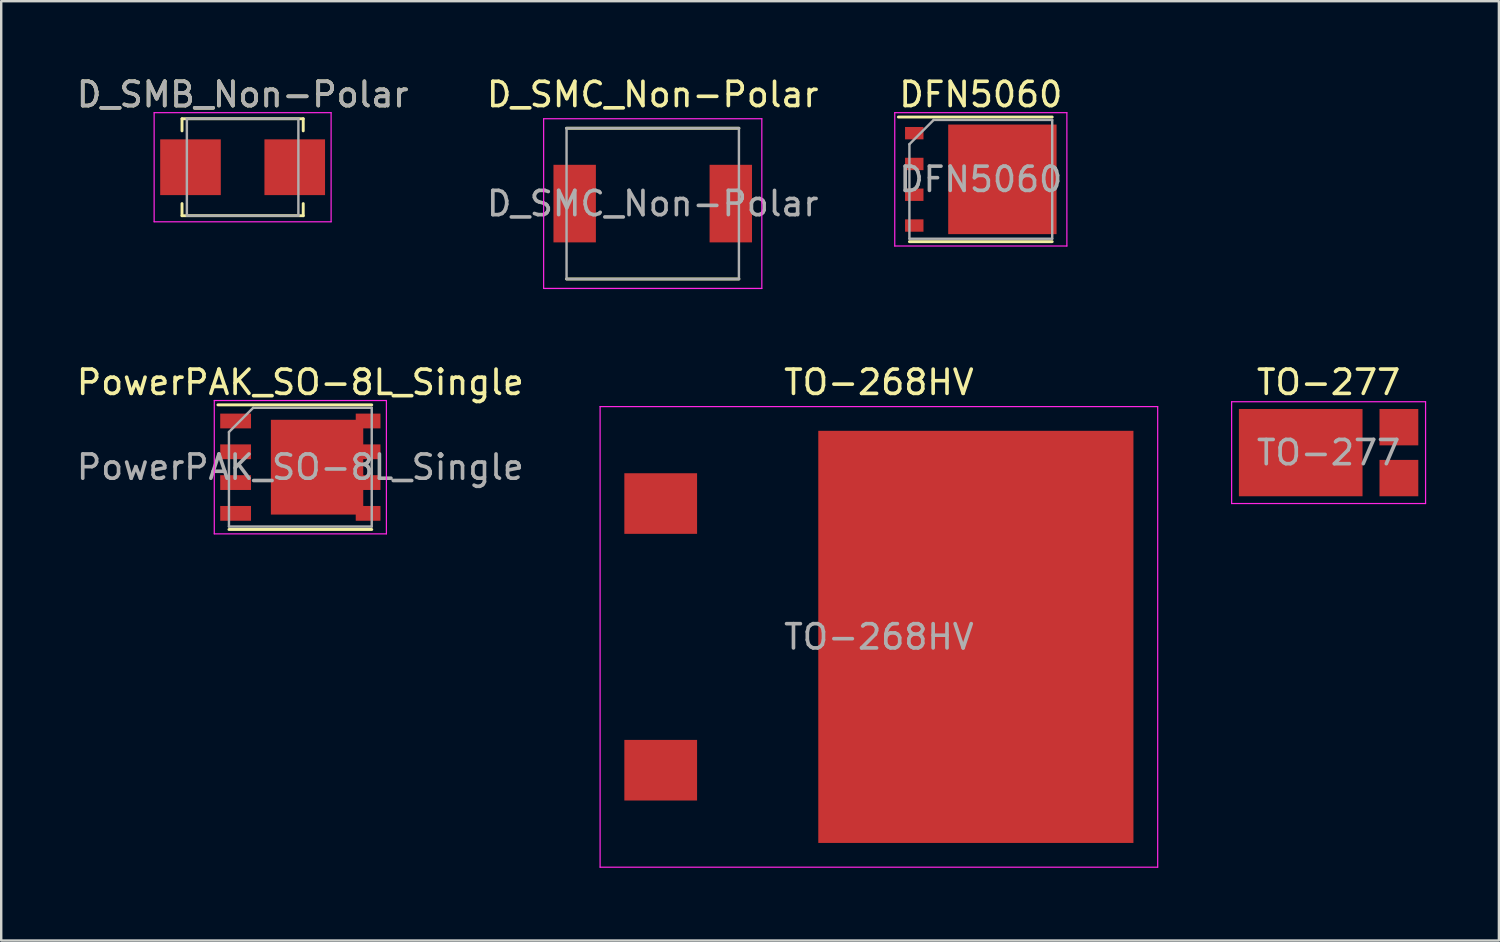
<source format=kicad_pcb>
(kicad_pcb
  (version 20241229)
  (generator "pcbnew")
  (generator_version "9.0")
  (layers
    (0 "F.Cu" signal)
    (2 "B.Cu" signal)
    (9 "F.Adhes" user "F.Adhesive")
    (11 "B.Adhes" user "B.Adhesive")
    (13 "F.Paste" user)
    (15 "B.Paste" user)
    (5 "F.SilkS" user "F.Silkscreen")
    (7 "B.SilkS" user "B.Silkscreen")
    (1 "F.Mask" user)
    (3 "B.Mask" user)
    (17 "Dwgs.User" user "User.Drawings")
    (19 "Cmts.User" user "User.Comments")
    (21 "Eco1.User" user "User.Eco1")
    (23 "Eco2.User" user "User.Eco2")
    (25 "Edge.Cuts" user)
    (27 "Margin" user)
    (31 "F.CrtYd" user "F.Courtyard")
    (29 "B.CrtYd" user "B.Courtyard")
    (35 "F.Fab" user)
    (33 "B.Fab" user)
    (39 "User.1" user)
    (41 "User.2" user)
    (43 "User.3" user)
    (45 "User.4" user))
  (footprint "D_SMC_Non-Polar"
    (layer "F.Cu")
    (at 23.875 5.348)
    (property "Reference" "D_SMC_Non-Polar" (at 0 -4.5 0) (layer "F.SilkS") (effects (font (size 1 1) (thickness 0.15))))
    (attr smd)
    (fp_line (start -3.555 -3.11) (end 3.555 -3.11) (stroke (width 0.12) (type solid)) (layer "F.SilkS"))
    (fp_line (start -3.555 3.11) (end 3.555 3.11) (stroke (width 0.12) (type solid)) (layer "F.SilkS"))
    (fp_line (start -4.5 -3.5) (end 4.5 -3.5) (stroke (width 0.05) (type solid)) (layer "F.CrtYd"))
    (fp_line (start -4.5 3.5) (end -4.5 -3.5) (stroke (width 0.05) (type solid)) (layer "F.CrtYd"))
    (fp_line (start 4.5 -3.5) (end 4.5 3.5) (stroke (width 0.05) (type solid)) (layer "F.CrtYd"))
    (fp_line (start 4.5 3.5) (end -4.5 3.5) (stroke (width 0.05) (type solid)) (layer "F.CrtYd"))
    (fp_line (start -3.555 3.11) (end -3.555 -3.11) (stroke (width 0.1) (type solid)) (layer "F.Fab"))
    (fp_line (start 3.555 -3.11) (end -3.555 -3.11) (stroke (width 0.1) (type solid)) (layer "F.Fab"))
    (fp_line (start 3.555 -3.11) (end 3.555 3.11) (stroke (width 0.1) (type solid)) (layer "F.Fab"))
    (fp_line (start 3.555 3.11) (end -3.555 3.11) (stroke (width 0.1) (type solid)) (layer "F.Fab"))
    (fp_text user "${REFERENCE}" (at 0 0 0) (layer "F.Fab") (effects (font (size 1 1) (thickness 0.15))))
    (pad "1" smd rect (at -3.22 0) (size 1.75 3.2) (layers "F.Cu" "F.Mask" "F.Paste"))
    (pad "2" smd rect (at 3.22 0) (size 1.75 3.2) (layers "F.Cu" "F.Mask" "F.Paste")))
  (footprint "DFN5060"
    (layer "F.Cu")
    (at 37.408 4.348)
    (property "Reference" "DFN5060" (at 0 -3.5 0) (layer "F.SilkS") (effects (font (size 1 1) (thickness 0.15))))
    (attr smd)
    (fp_line (start -3.4 -2.57) (end 2.945 -2.57) (stroke (width 0.12) (type solid)) (layer "F.SilkS"))
    (fp_line (start -2.945 2.57) (end 2.945 2.57) (stroke (width 0.12) (type solid)) (layer "F.SilkS"))
    (fp_line (start -3.55 -2.75) (end -3.55 2.75) (stroke (width 0.05) (type solid)) (layer "F.CrtYd"))
    (fp_line (start -3.55 -2.75) (end 3.55 -2.75) (stroke (width 0.05) (type solid)) (layer "F.CrtYd"))
    (fp_line (start -3.55 2.75) (end 3.55 2.75) (stroke (width 0.05) (type solid)) (layer "F.CrtYd"))
    (fp_line (start 3.55 -2.75) (end 3.55 2.75) (stroke (width 0.05) (type solid)) (layer "F.CrtYd"))
    (fp_line (start -2.945 2.45) (end -2.945 -1.45) (stroke (width 0.1) (type solid)) (layer "F.Fab"))
    (fp_line (start -1.945 -2.45) (end -2.945 -1.45) (stroke (width 0.1) (type solid)) (layer "F.Fab"))
    (fp_line (start -1.945 -2.45) (end 2.945 -2.45) (stroke (width 0.1) (type solid)) (layer "F.Fab"))
    (fp_line (start 2.945 -2.45) (end 2.945 2.45) (stroke (width 0.1) (type solid)) (layer "F.Fab"))
    (fp_line (start 2.945 2.45) (end -2.945 2.45) (stroke (width 0.1) (type solid)) (layer "F.Fab"))
    (fp_text user "${REFERENCE}" (at 0 0 0) (layer "F.Fab") (effects (font (size 1 1) (thickness 0.15))))
    (pad "1" smd rect (at -2.745 -1.905) (size 0.76 0.51) (layers "F.Cu" "F.Mask" "F.Paste"))
    (pad "2" smd rect (at -2.745 -0.635) (size 0.76 0.51) (layers "F.Cu" "F.Mask" "F.Paste"))
    (pad "3" smd rect (at -2.745 0.635) (size 0.76 0.51) (layers "F.Cu" "F.Mask" "F.Paste"))
    (pad "4" smd rect (at -2.745 1.905) (size 0.76 0.51) (layers "F.Cu" "F.Mask" "F.Paste"))
    (pad "5" smd rect (at 0.89 0) (size 4.47 4.52) (layers "F.Cu" "F.Mask" "F.Paste")))
  (footprint "TO-277"
    (layer "F.Cu")
    (at 51.754 15.621)
    (property "Reference" "TO-277" (at 0 -2.9 180) (layer "F.SilkS") (effects (font (size 1 1) (thickness 0.15))))
    (attr smd)
    (fp_line (start -4 2.1) (end -4 -2.1) (stroke (width 0.05) (type solid)) (layer "F.CrtYd"))
    (fp_line (start -4 2.1) (end 4 2.1) (stroke (width 0.05) (type solid)) (layer "F.CrtYd"))
    (fp_line (start 4 -2.1) (end -4 -2.1) (stroke (width 0.05) (type solid)) (layer "F.CrtYd"))
    (fp_line (start 4 -2.1) (end 4 2.1) (stroke (width 0.05) (type solid)) (layer "F.CrtYd"))
    (fp_text user "${REFERENCE}" (at 0 0 0) (layer "F.Fab") (effects (font (size 1 1) (thickness 0.15))))
    (pad "1" smd rect (at 2.9 -1.05 270) (size 1.5 1.6) (layers "F.Cu" "F.Mask" "F.Paste"))
    (pad "2" smd rect (at 2.9 1.05 270) (size 1.5 1.6) (layers "F.Cu" "F.Mask" "F.Paste"))
    (pad "3" smd rect (at -1.15 0 270) (size 3.6 5.1) (layers "F.Cu" "F.Mask" "F.Paste")))
  (footprint "TO-268HV"
    (layer "F.Cu")
    (at 33.204 23.221)
    (property "Reference" "TO-268HV" (at 0 -10.5 180) (layer "F.SilkS") (effects (font (size 1 1) (thickness 0.15))))
    (attr smd)
    (fp_line (start -11.5 9.5) (end -11.5 -9.5) (stroke (width 0.05) (type solid)) (layer "F.CrtYd"))
    (fp_line (start -11.5 9.5) (end 11.5 9.5) (stroke (width 0.05) (type solid)) (layer "F.CrtYd"))
    (fp_line (start 11.5 -9.5) (end -11.5 -9.5) (stroke (width 0.05) (type solid)) (layer "F.CrtYd"))
    (fp_line (start 11.5 -9.5) (end 11.5 9.5) (stroke (width 0.05) (type solid)) (layer "F.CrtYd"))
    (fp_text user "${REFERENCE}" (at 0 0 180) (layer "F.Fab") (effects (font (size 1 1) (thickness 0.15))))
    (pad "1" smd rect (at -9 -5.5) (size 3 2.5) (layers "F.Cu" "F.Mask" "F.Paste"))
    (pad "2" smd rect (at -9 5.5) (size 3 2.5) (layers "F.Cu" "F.Mask" "F.Paste"))
    (pad "3" smd rect (at 4 0) (size 13 17) (layers "F.Cu" "F.Mask" "F.Paste")))
  (footprint "D_SMB_Non-Polar"
    (layer "F.Cu")
    (at 6.958 3.848)
    (property "Reference" "D_SMB_Non-Polar" (at 0 -3 0) (layer "F.SilkS") (effects (font (size 1 1) (thickness 0.15))))
    (attr smd)
    (fp_line (start -2.5 -2) (end -2.5 -1.5) (stroke (width 0.12) (type solid)) (layer "F.SilkS"))
    (fp_line (start -2.5 -2) (end 2.5 -2) (stroke (width 0.12) (type solid)) (layer "F.SilkS"))
    (fp_line (start -2.5 2) (end -2.5 1.5) (stroke (width 0.12) (type solid)) (layer "F.SilkS"))
    (fp_line (start -2.5 2) (end 2.5 2) (stroke (width 0.12) (type solid)) (layer "F.SilkS"))
    (fp_line (start 2.5 -2) (end 2.5 -1.5) (stroke (width 0.12) (type solid)) (layer "F.SilkS"))
    (fp_line (start 2.5 2) (end 2.5 1.5) (stroke (width 0.12) (type solid)) (layer "F.SilkS"))
    (fp_line (start -3.65 -2.25) (end 3.65 -2.25) (stroke (width 0.05) (type solid)) (layer "F.CrtYd"))
    (fp_line (start -3.65 2.25) (end -3.65 -2.25) (stroke (width 0.05) (type solid)) (layer "F.CrtYd"))
    (fp_line (start 3.65 -2.25) (end 3.65 2.25) (stroke (width 0.05) (type solid)) (layer "F.CrtYd"))
    (fp_line (start 3.65 2.25) (end -3.65 2.25) (stroke (width 0.05) (type solid)) (layer "F.CrtYd"))
    (fp_line (start -2.3 2) (end -2.3 -2) (stroke (width 0.1) (type solid)) (layer "F.Fab"))
    (fp_line (start 2.3 -2) (end -2.3 -2) (stroke (width 0.1) (type solid)) (layer "F.Fab"))
    (fp_line (start 2.3 -2) (end 2.3 2) (stroke (width 0.1) (type solid)) (layer "F.Fab"))
    (fp_line (start 2.3 2) (end -2.3 2) (stroke (width 0.1) (type solid)) (layer "F.Fab"))
    (fp_text user "${REFERENCE}" (at 0 -3 0) (layer "F.Fab") (effects (font (size 1 1) (thickness 0.15))))
    (pad "1" smd rect (at -2.15 0) (size 2.5 2.3) (layers "F.Cu" "F.Mask" "F.Paste"))
    (pad "2" smd rect (at 2.15 0) (size 2.5 2.3) (layers "F.Cu" "F.Mask" "F.Paste")))
  (footprint "PowerPAK_SO-8L_Single"
    (layer "F.Cu")
    (at 9.339 16.221)
    (property "Reference" "PowerPAK_SO-8L_Single" (at 0 -3.5 0) (layer "F.SilkS") (effects (font (size 1 1) (thickness 0.15))))
    (attr smd)
    (fp_line (start -3.4 -2.57) (end 2.945 -2.57) (stroke (width 0.12) (type solid)) (layer "F.SilkS"))
    (fp_line (start -2.945 2.57) (end 2.945 2.57) (stroke (width 0.12) (type solid)) (layer "F.SilkS"))
    (fp_line (start -3.55 -2.75) (end -3.55 2.75) (stroke (width 0.05) (type solid)) (layer "F.CrtYd"))
    (fp_line (start -3.55 -2.75) (end 3.55 -2.75) (stroke (width 0.05) (type solid)) (layer "F.CrtYd"))
    (fp_line (start -3.55 2.75) (end 3.55 2.75) (stroke (width 0.05) (type solid)) (layer "F.CrtYd"))
    (fp_line (start 3.55 -2.75) (end 3.55 2.75) (stroke (width 0.05) (type solid)) (layer "F.CrtYd"))
    (fp_line (start -2.945 2.45) (end -2.945 -1.45) (stroke (width 0.1) (type solid)) (layer "F.Fab"))
    (fp_line (start -1.945 -2.45) (end -2.945 -1.45) (stroke (width 0.1) (type solid)) (layer "F.Fab"))
    (fp_line (start -1.945 -2.45) (end 2.945 -2.45) (stroke (width 0.1) (type solid)) (layer "F.Fab"))
    (fp_line (start 2.945 -2.45) (end 2.945 2.45) (stroke (width 0.1) (type solid)) (layer "F.Fab"))
    (fp_line (start 2.945 2.45) (end -2.945 2.45) (stroke (width 0.1) (type solid)) (layer "F.Fab"))
    (fp_text user "${REFERENCE}" (at 0 0 0) (layer "F.Fab") (effects (font (size 1 1) (thickness 0.15))))
    (pad "1" smd rect (at -2.67 -1.905) (size 1.27 0.61) (layers "F.Cu" "F.Mask" "F.Paste"))
    (pad "2" smd rect (at -2.67 -0.635) (size 1.27 0.61) (layers "F.Cu" "F.Mask" "F.Paste"))
    (pad "3" smd rect (at -2.67 0.635) (size 1.27 0.61) (layers "F.Cu" "F.Mask" "F.Paste"))
    (pad "4" smd rect (at -2.67 1.905) (size 1.27 0.61) (layers "F.Cu" "F.Mask" "F.Paste"))
    (pad "5" smd rect (at 0.69 0) (size 3.81 3.91) (layers "F.Cu" "F.Mask" "F.Paste"))
    (pad "5" smd rect (at 2.795 -1.905) (size 1.02 0.61) (layers "F.Cu" "F.Mask" "F.Paste"))
    (pad "5" smd rect (at 2.795 -0.635) (size 1.02 0.61) (layers "F.Cu" "F.Mask" "F.Paste"))
    (pad "5" smd rect (at 2.795 0.635) (size 1.02 0.61) (layers "F.Cu" "F.Mask" "F.Paste"))
    (pad "5" smd rect (at 2.795 1.905) (size 1.02 0.61) (layers "F.Cu" "F.Mask" "F.Paste")))
  (gr_rect
    (start -3 -3)
    (end 58.779 35.746)
    (stroke (width 0.1) (type default))
    (fill no)
    (layer "Edge.Cuts")))
</source>
